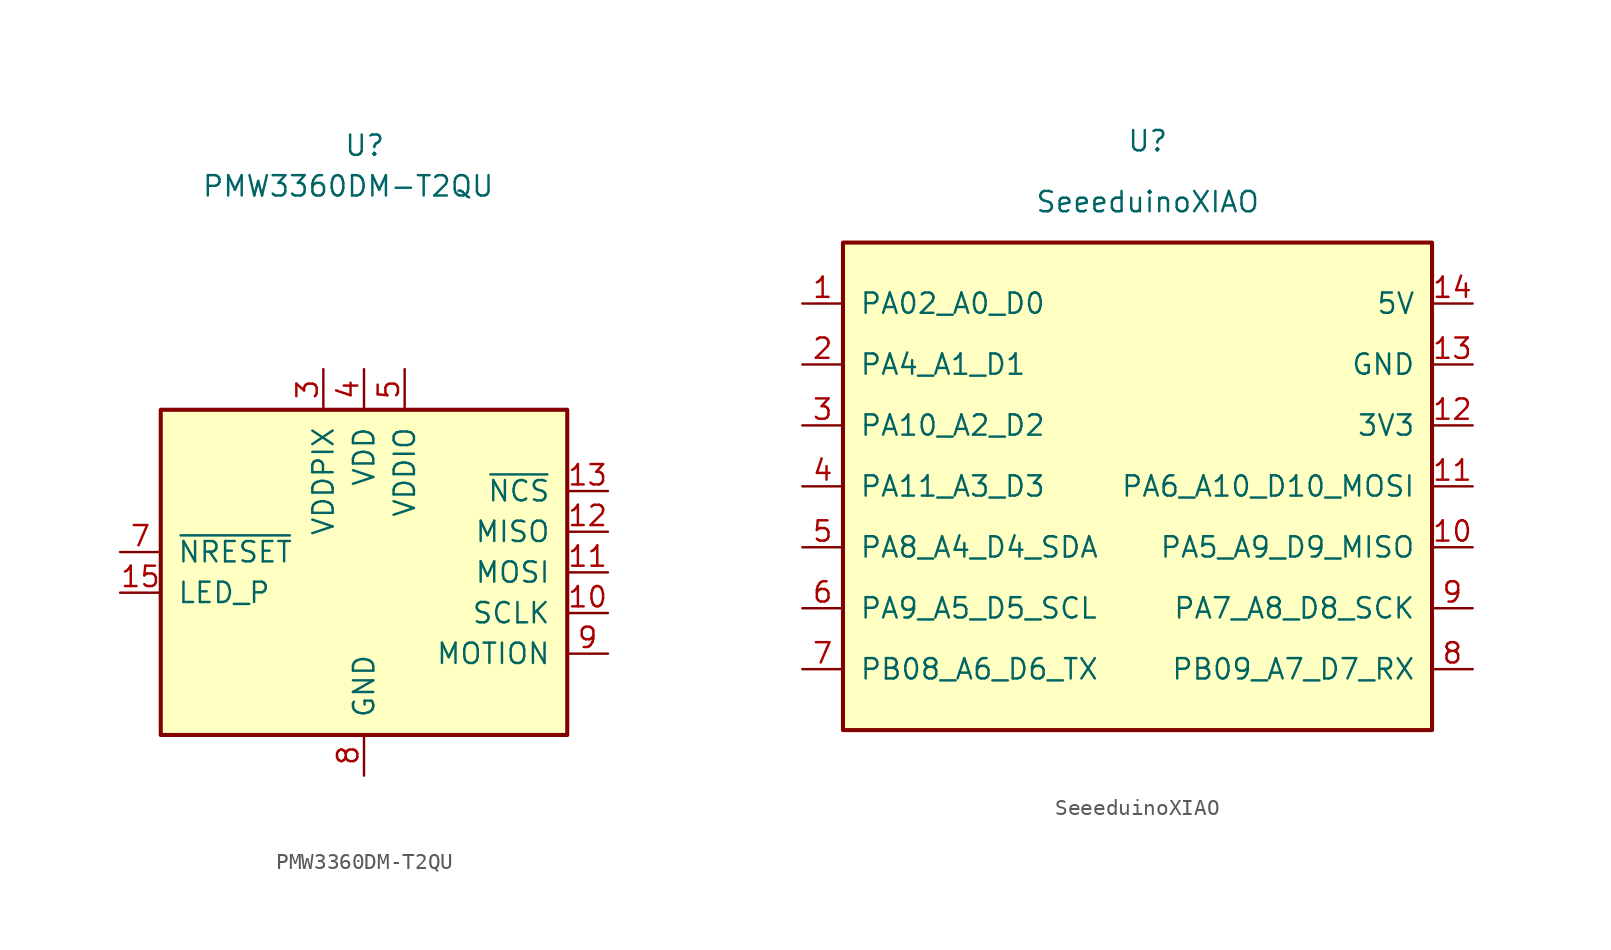
<source format=kicad_sym>
(kicad_symbol_lib
  (version 20211014)
  (generator kicad_symbol_editor)
  (symbol "PMW3360DM-T2QU"
    (pin_names
      (offset 1.016))
    (property "Reference" "U"
      (at -1.27 34.29 0)
      (effects (font (size 1.27 1.27)) (justify left)))
    (property "Value" "PMW3360DM-T2QU"
      (at -10.16 31.75 0)
      (effects (font (size 1.27 1.27)) (justify left)))
    (symbol "PMW3360DM-T2QU_0_1"
      (rectangle (start -12.7 17.78) (end 12.7 -2.54) (stroke (width 0.254) (type default) (color 0 0 0 0)) (fill (type background))))
    (symbol "PMW3360DM-T2QU_1_1"
      (pin no_connect line (at -10.16 -5.08 90) (length 2.54) hide (name "NC" (effects (font (size 1.27 1.27)))) (number "1" (effects (font (size 1.27 1.27)))))
      (pin input line (at 15.24 5.08 180) (length 2.54) (name "SCLK" (effects (font (size 1.27 1.27)))) (number "10" (effects (font (size 1.27 1.27)))))
      (pin input line (at 15.24 7.62 180) (length 2.54) (name "MOSI" (effects (font (size 1.27 1.27)))) (number "11" (effects (font (size 1.27 1.27)))))
      (pin output line (at 15.24 10.16 180) (length 2.54) (name "MISO" (effects (font (size 1.27 1.27)))) (number "12" (effects (font (size 1.27 1.27)))))
      (pin input line (at 15.24 12.7 180) (length 2.54) (name "~{NCS}" (effects (font (size 1.27 1.27)))) (number "13" (effects (font (size 1.27 1.27)))))
      (pin no_connect line (at 7.62 -5.08 90) (length 2.54) hide (name "NC" (effects (font (size 1.27 1.27)))) (number "14" (effects (font (size 1.27 1.27)))))
      (pin input line (at -15.24 6.35 0) (length 2.54) (name "LED_P" (effects (font (size 1.27 1.27)))) (number "15" (effects (font (size 1.27 1.27)))))
      (pin no_connect line (at 10.16 -5.08 90) (length 2.54) hide (name "NC" (effects (font (size 1.27 1.27)))) (number "16" (effects (font (size 1.27 1.27)))))
      (pin no_connect line (at -7.62 -5.08 90) (length 2.54) hide (name "NC" (effects (font (size 1.27 1.27)))) (number "2" (effects (font (size 1.27 1.27)))))
      (pin power_in line (at -2.54 20.32 270) (length 2.54) (name "VDDPIX" (effects (font (size 1.27 1.27)))) (number "3" (effects (font (size 1.27 1.27)))))
      (pin power_in line (at 0 20.32 270) (length 2.54) (name "VDD" (effects (font (size 1.27 1.27)))) (number "4" (effects (font (size 1.27 1.27)))))
      (pin power_in line (at 2.54 20.32 270) (length 2.54) (name "VDDIO" (effects (font (size 1.27 1.27)))) (number "5" (effects (font (size 1.27 1.27)))))
      (pin no_connect line (at 5.08 -5.08 90) (length 2.54) hide (name "NC" (effects (font (size 1.27 1.27)))) (number "6" (effects (font (size 1.27 1.27)))))
      (pin input line (at -15.24 8.89 0) (length 2.54) (name "~{NRESET}" (effects (font (size 1.27 1.27)))) (number "7" (effects (font (size 1.27 1.27)))))
      (pin power_in line (at 0 -5.08 90) (length 2.54) (name "GND" (effects (font (size 1.27 1.27)))) (number "8" (effects (font (size 1.27 1.27)))))
      (pin output line (at 15.24 2.54 180) (length 2.54) (name "MOTION" (effects (font (size 1.27 1.27)))) (number "9" (effects (font (size 1.27 1.27)))))))
  (symbol "SeeeduinoXIAO"
    (pin_names
      (offset 1.016))
    (property "Reference" "U"
      (at 0 21.59 0)
      (effects (font (size 1.27 1.27))))
    (property "Value" "SeeeduinoXIAO"
      (at 0 17.78 0)
      (effects (font (size 1.27 1.27))))
    (symbol "SeeeduinoXIAO_0_1"
      (rectangle (start -19.05 15.24) (end 17.78 -15.24) (stroke (width 0.254) (type default) (color 0 0 0 0)) (fill (type background))))
    (symbol "SeeeduinoXIAO_1_1"
      (pin bidirectional line (at -21.59 11.43 0) (length 2.54) (name "PA02_A0_D0" (effects (font (size 1.27 1.27)))) (number "1" (effects (font (size 1.27 1.27)))))
      (pin bidirectional line (at 20.32 -3.81 180) (length 2.54) (name "PA5_A9_D9_MISO" (effects (font (size 1.27 1.27)))) (number "10" (effects (font (size 1.27 1.27)))))
      (pin bidirectional line (at 20.32 0 180) (length 2.54) (name "PA6_A10_D10_MOSI" (effects (font (size 1.27 1.27)))) (number "11" (effects (font (size 1.27 1.27)))))
      (pin power_in line (at 20.32 3.81 180) (length 2.54) (name "3V3" (effects (font (size 1.27 1.27)))) (number "12" (effects (font (size 1.27 1.27)))))
      (pin power_in line (at 20.32 7.62 180) (length 2.54) (name "GND" (effects (font (size 1.27 1.27)))) (number "13" (effects (font (size 1.27 1.27)))))
      (pin power_in line (at 20.32 11.43 180) (length 2.54) (name "5V" (effects (font (size 1.27 1.27)))) (number "14" (effects (font (size 1.27 1.27)))))
      (pin bidirectional line (at -21.59 7.62 0) (length 2.54) (name "PA4_A1_D1" (effects (font (size 1.27 1.27)))) (number "2" (effects (font (size 1.27 1.27)))))
      (pin bidirectional line (at -21.59 3.81 0) (length 2.54) (name "PA10_A2_D2" (effects (font (size 1.27 1.27)))) (number "3" (effects (font (size 1.27 1.27)))))
      (pin bidirectional line (at -21.59 0 0) (length 2.54) (name "PA11_A3_D3" (effects (font (size 1.27 1.27)))) (number "4" (effects (font (size 1.27 1.27)))))
      (pin bidirectional line (at -21.59 -3.81 0) (length 2.54) (name "PA8_A4_D4_SDA" (effects (font (size 1.27 1.27)))) (number "5" (effects (font (size 1.27 1.27)))))
      (pin bidirectional line (at -21.59 -7.62 0) (length 2.54) (name "PA9_A5_D5_SCL" (effects (font (size 1.27 1.27)))) (number "6" (effects (font (size 1.27 1.27)))))
      (pin bidirectional line (at -21.59 -11.43 0) (length 2.54) (name "PB08_A6_D6_TX" (effects (font (size 1.27 1.27)))) (number "7" (effects (font (size 1.27 1.27)))))
      (pin bidirectional line (at 20.32 -11.43 180) (length 2.54) (name "PB09_A7_D7_RX" (effects (font (size 1.27 1.27)))) (number "8" (effects (font (size 1.27 1.27)))))
      (pin bidirectional line (at 20.32 -7.62 180) (length 2.54) (name "PA7_A8_D8_SCK" (effects (font (size 1.27 1.27)))) (number "9" (effects (font (size 1.27 1.27))))))))
</source>
